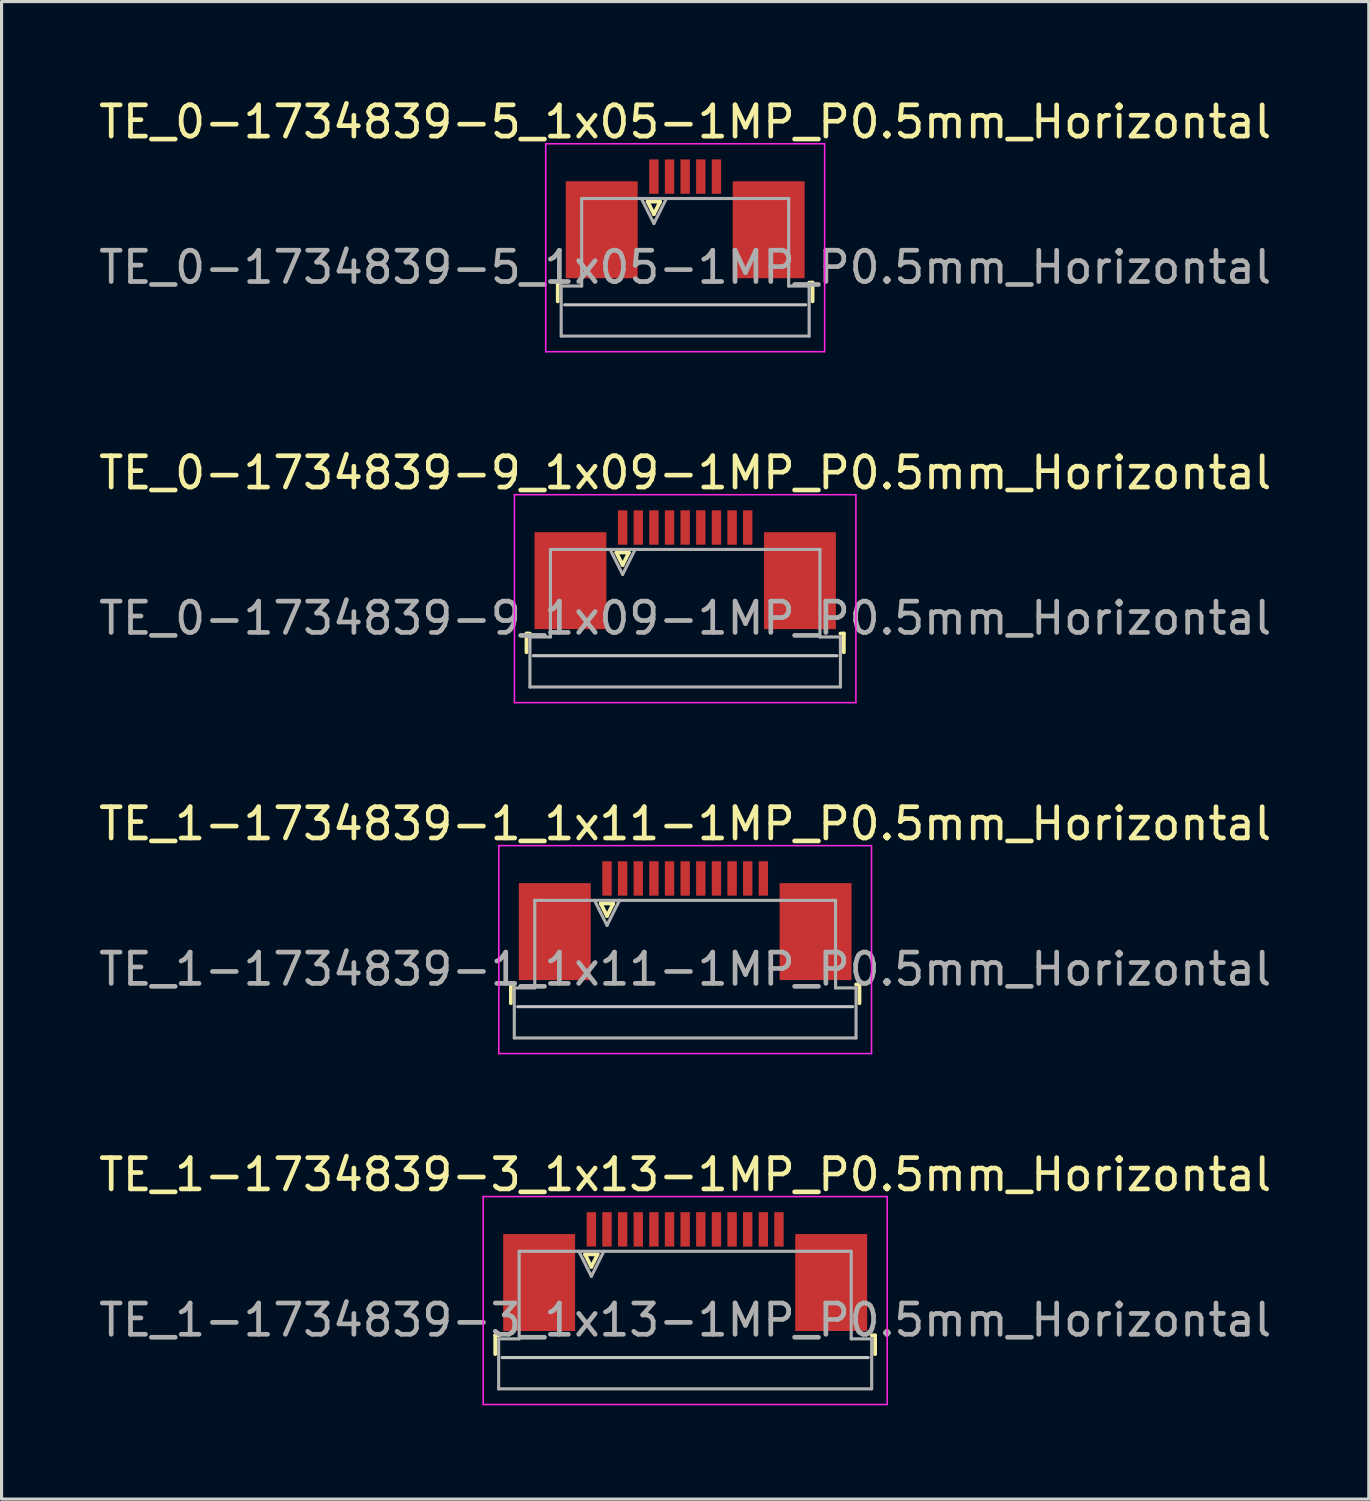
<source format=kicad_pcb>
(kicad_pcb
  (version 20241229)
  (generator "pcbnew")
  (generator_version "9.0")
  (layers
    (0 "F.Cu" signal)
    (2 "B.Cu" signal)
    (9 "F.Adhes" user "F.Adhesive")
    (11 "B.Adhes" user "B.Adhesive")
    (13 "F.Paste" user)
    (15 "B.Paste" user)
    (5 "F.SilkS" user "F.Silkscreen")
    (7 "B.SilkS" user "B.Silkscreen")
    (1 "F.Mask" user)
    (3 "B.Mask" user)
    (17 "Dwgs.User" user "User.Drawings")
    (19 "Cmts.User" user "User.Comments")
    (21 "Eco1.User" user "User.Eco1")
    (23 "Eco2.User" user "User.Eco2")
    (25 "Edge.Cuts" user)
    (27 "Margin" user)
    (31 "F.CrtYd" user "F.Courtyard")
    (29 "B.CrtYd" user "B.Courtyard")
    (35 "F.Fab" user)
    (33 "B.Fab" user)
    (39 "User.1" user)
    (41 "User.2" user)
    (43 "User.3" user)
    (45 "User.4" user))
  (footprint "TE_1-1734839-1_1x11-1MP_P0.5mm_Horizontal"
    (layer "F.Cu")
    (at 18.863 26.395)
    (property "Reference" "TE_1-1734839-1_1x11-1MP_P0.5mm_Horizontal" (at 0 -3.1 0) (layer "F.SilkS") (effects (font (size 1 1) (thickness 0.15))))
    (attr smd)
    (fp_line (start -5.575 2.04) (end -5.575 2.64) (stroke (width 0.12) (type solid)) (layer "F.SilkS"))
    (fp_line (start -5.465 2.04) (end -5.575 2.04) (stroke (width 0.12) (type solid)) (layer "F.SilkS"))
    (fp_line (start -2.7 -0.55) (end -2.5 -0.15) (stroke (width 0.12) (type solid)) (layer "F.SilkS"))
    (fp_line (start -2.5 -0.15) (end -2.3 -0.55) (stroke (width 0.12) (type solid)) (layer "F.SilkS"))
    (fp_line (start -2.3 -0.55) (end -2.7 -0.55) (stroke (width 0.12) (type solid)) (layer "F.SilkS"))
    (fp_line (start 5.465 2.04) (end 5.575 2.04) (stroke (width 0.12) (type solid)) (layer "F.SilkS"))
    (fp_line (start 5.575 2.04) (end 5.575 2.64) (stroke (width 0.12) (type solid)) (layer "F.SilkS"))
    (fp_line (start 5.355 2.75) (end -5.355 2.75) (stroke (width 0.1) (type solid)) (layer "Dwgs.User"))
    (fp_line (start -5.96 -2.4) (end -5.96 4.25) (stroke (width 0.05) (type solid)) (layer "F.CrtYd"))
    (fp_line (start -5.96 4.25) (end 5.96 4.25) (stroke (width 0.05) (type solid)) (layer "F.CrtYd"))
    (fp_line (start 5.96 -2.4) (end -5.96 -2.4) (stroke (width 0.05) (type solid)) (layer "F.CrtYd"))
    (fp_line (start 5.96 4.25) (end 5.96 -2.4) (stroke (width 0.05) (type solid)) (layer "F.CrtYd"))
    (fp_line (start -5.465 2.15) (end -4.81 2.15) (stroke (width 0.1) (type solid)) (layer "F.Fab"))
    (fp_line (start -5.465 3.75) (end -5.465 2.15) (stroke (width 0.1) (type solid)) (layer "F.Fab"))
    (fp_line (start -4.81 -0.65) (end 4.81 -0.65) (stroke (width 0.1) (type solid)) (layer "F.Fab"))
    (fp_line (start -4.81 2.15) (end -4.81 -0.65) (stroke (width 0.1) (type solid)) (layer "F.Fab"))
    (fp_line (start -2.9 -0.65) (end -2.5 0.15) (stroke (width 0.1) (type solid)) (layer "F.Fab"))
    (fp_line (start -2.5 0.15) (end -2.1 -0.65) (stroke (width 0.1) (type solid)) (layer "F.Fab"))
    (fp_line (start 4.81 -0.65) (end 4.81 2.15) (stroke (width 0.1) (type solid)) (layer "F.Fab"))
    (fp_line (start 4.81 2.15) (end 5.465 2.15) (stroke (width 0.1) (type solid)) (layer "F.Fab"))
    (fp_line (start 5.465 2.15) (end 5.465 3.75) (stroke (width 0.1) (type solid)) (layer "F.Fab"))
    (fp_line (start 5.465 3.75) (end -5.465 3.75) (stroke (width 0.1) (type solid)) (layer "F.Fab"))
    (fp_text user "${REFERENCE}" (at 0 1.55 0) (layer "F.Fab") (effects (font (size 1 1) (thickness 0.15))))
    (pad "1" smd rect (at -2.5 -1.35) (size 0.3 1.1) (layers "F.Cu" "F.Mask" "F.Paste"))
    (pad "2" smd rect (at -2 -1.35) (size 0.3 1.1) (layers "F.Cu" "F.Mask" "F.Paste"))
    (pad "3" smd rect (at -1.5 -1.35) (size 0.3 1.1) (layers "F.Cu" "F.Mask" "F.Paste"))
    (pad "4" smd rect (at -1 -1.35) (size 0.3 1.1) (layers "F.Cu" "F.Mask" "F.Paste"))
    (pad "5" smd rect (at -0.5 -1.35) (size 0.3 1.1) (layers "F.Cu" "F.Mask" "F.Paste"))
    (pad "6" smd rect (at 0 -1.35) (size 0.3 1.1) (layers "F.Cu" "F.Mask" "F.Paste"))
    (pad "7" smd rect (at 0.5 -1.35) (size 0.3 1.1) (layers "F.Cu" "F.Mask" "F.Paste"))
    (pad "8" smd rect (at 1 -1.35) (size 0.3 1.1) (layers "F.Cu" "F.Mask" "F.Paste"))
    (pad "9" smd rect (at 1.5 -1.35) (size 0.3 1.1) (layers "F.Cu" "F.Mask" "F.Paste"))
    (pad "10" smd rect (at 2 -1.35) (size 0.3 1.1) (layers "F.Cu" "F.Mask" "F.Paste"))
    (pad "11" smd rect (at 2.5 -1.35) (size 0.3 1.1) (layers "F.Cu" "F.Mask" "F.Paste"))
    (pad "MP" smd rect (at -4.17 0.35) (size 2.3 3.1) (layers "F.Cu" "F.Mask" "F.Paste"))
    (pad "MP" smd rect (at 4.17 0.35) (size 2.3 3.1) (layers "F.Cu" "F.Mask" "F.Paste")))
  (footprint "TE_0-1734839-5_1x05-1MP_P0.5mm_Horizontal"
    (layer "F.Cu")
    (at 18.863 3.948)
    (property "Reference" "TE_0-1734839-5_1x05-1MP_P0.5mm_Horizontal" (at 0 -3.1 0) (layer "F.SilkS") (effects (font (size 1 1) (thickness 0.15))))
    (attr smd)
    (fp_line (start -4.075 2.04) (end -4.075 2.64) (stroke (width 0.12) (type solid)) (layer "F.SilkS"))
    (fp_line (start -3.965 2.04) (end -4.075 2.04) (stroke (width 0.12) (type solid)) (layer "F.SilkS"))
    (fp_line (start -1.2 -0.55) (end -1 -0.15) (stroke (width 0.12) (type solid)) (layer "F.SilkS"))
    (fp_line (start -1 -0.15) (end -0.8 -0.55) (stroke (width 0.12) (type solid)) (layer "F.SilkS"))
    (fp_line (start -0.8 -0.55) (end -1.2 -0.55) (stroke (width 0.12) (type solid)) (layer "F.SilkS"))
    (fp_line (start 3.965 2.04) (end 4.075 2.04) (stroke (width 0.12) (type solid)) (layer "F.SilkS"))
    (fp_line (start 4.075 2.04) (end 4.075 2.64) (stroke (width 0.12) (type solid)) (layer "F.SilkS"))
    (fp_line (start 3.855 2.75) (end -3.855 2.75) (stroke (width 0.1) (type solid)) (layer "Dwgs.User"))
    (fp_line (start -4.46 -2.4) (end -4.46 4.25) (stroke (width 0.05) (type solid)) (layer "F.CrtYd"))
    (fp_line (start -4.46 4.25) (end 4.46 4.25) (stroke (width 0.05) (type solid)) (layer "F.CrtYd"))
    (fp_line (start 4.46 -2.4) (end -4.46 -2.4) (stroke (width 0.05) (type solid)) (layer "F.CrtYd"))
    (fp_line (start 4.46 4.25) (end 4.46 -2.4) (stroke (width 0.05) (type solid)) (layer "F.CrtYd"))
    (fp_line (start -3.965 2.15) (end -3.31 2.15) (stroke (width 0.1) (type solid)) (layer "F.Fab"))
    (fp_line (start -3.965 3.75) (end -3.965 2.15) (stroke (width 0.1) (type solid)) (layer "F.Fab"))
    (fp_line (start -3.31 -0.65) (end 3.31 -0.65) (stroke (width 0.1) (type solid)) (layer "F.Fab"))
    (fp_line (start -3.31 2.15) (end -3.31 -0.65) (stroke (width 0.1) (type solid)) (layer "F.Fab"))
    (fp_line (start -1.4 -0.65) (end -1 0.15) (stroke (width 0.1) (type solid)) (layer "F.Fab"))
    (fp_line (start -1 0.15) (end -0.6 -0.65) (stroke (width 0.1) (type solid)) (layer "F.Fab"))
    (fp_line (start 3.31 -0.65) (end 3.31 2.15) (stroke (width 0.1) (type solid)) (layer "F.Fab"))
    (fp_line (start 3.31 2.15) (end 3.965 2.15) (stroke (width 0.1) (type solid)) (layer "F.Fab"))
    (fp_line (start 3.965 2.15) (end 3.965 3.75) (stroke (width 0.1) (type solid)) (layer "F.Fab"))
    (fp_line (start 3.965 3.75) (end -3.965 3.75) (stroke (width 0.1) (type solid)) (layer "F.Fab"))
    (fp_text user "${REFERENCE}" (at 0 1.55 0) (layer "F.Fab") (effects (font (size 1 1) (thickness 0.15))))
    (pad "1" smd rect (at -1 -1.35) (size 0.3 1.1) (layers "F.Cu" "F.Mask" "F.Paste"))
    (pad "2" smd rect (at -0.5 -1.35) (size 0.3 1.1) (layers "F.Cu" "F.Mask" "F.Paste"))
    (pad "3" smd rect (at 0 -1.35) (size 0.3 1.1) (layers "F.Cu" "F.Mask" "F.Paste"))
    (pad "4" smd rect (at 0.5 -1.35) (size 0.3 1.1) (layers "F.Cu" "F.Mask" "F.Paste"))
    (pad "5" smd rect (at 1 -1.35) (size 0.3 1.1) (layers "F.Cu" "F.Mask" "F.Paste"))
    (pad "MP" smd rect (at -2.67 0.35) (size 2.3 3.1) (layers "F.Cu" "F.Mask" "F.Paste"))
    (pad "MP" smd rect (at 2.67 0.35) (size 2.3 3.1) (layers "F.Cu" "F.Mask" "F.Paste")))
  (footprint "TE_1-1734839-3_1x13-1MP_P0.5mm_Horizontal"
    (layer "F.Cu")
    (at 18.863 37.618)
    (property "Reference" "TE_1-1734839-3_1x13-1MP_P0.5mm_Horizontal" (at 0 -3.1 0) (layer "F.SilkS") (effects (font (size 1 1) (thickness 0.15))))
    (attr smd)
    (fp_line (start -6.075 2.04) (end -6.075 2.64) (stroke (width 0.12) (type solid)) (layer "F.SilkS"))
    (fp_line (start -5.965 2.04) (end -6.075 2.04) (stroke (width 0.12) (type solid)) (layer "F.SilkS"))
    (fp_line (start -3.2 -0.55) (end -3 -0.15) (stroke (width 0.12) (type solid)) (layer "F.SilkS"))
    (fp_line (start -3 -0.15) (end -2.8 -0.55) (stroke (width 0.12) (type solid)) (layer "F.SilkS"))
    (fp_line (start -2.8 -0.55) (end -3.2 -0.55) (stroke (width 0.12) (type solid)) (layer "F.SilkS"))
    (fp_line (start 5.965 2.04) (end 6.075 2.04) (stroke (width 0.12) (type solid)) (layer "F.SilkS"))
    (fp_line (start 6.075 2.04) (end 6.075 2.64) (stroke (width 0.12) (type solid)) (layer "F.SilkS"))
    (fp_line (start 5.855 2.75) (end -5.855 2.75) (stroke (width 0.1) (type solid)) (layer "Dwgs.User"))
    (fp_line (start -6.46 -2.4) (end -6.46 4.25) (stroke (width 0.05) (type solid)) (layer "F.CrtYd"))
    (fp_line (start -6.46 4.25) (end 6.46 4.25) (stroke (width 0.05) (type solid)) (layer "F.CrtYd"))
    (fp_line (start 6.46 -2.4) (end -6.46 -2.4) (stroke (width 0.05) (type solid)) (layer "F.CrtYd"))
    (fp_line (start 6.46 4.25) (end 6.46 -2.4) (stroke (width 0.05) (type solid)) (layer "F.CrtYd"))
    (fp_line (start -5.965 2.15) (end -5.31 2.15) (stroke (width 0.1) (type solid)) (layer "F.Fab"))
    (fp_line (start -5.965 3.75) (end -5.965 2.15) (stroke (width 0.1) (type solid)) (layer "F.Fab"))
    (fp_line (start -5.31 -0.65) (end 5.31 -0.65) (stroke (width 0.1) (type solid)) (layer "F.Fab"))
    (fp_line (start -5.31 2.15) (end -5.31 -0.65) (stroke (width 0.1) (type solid)) (layer "F.Fab"))
    (fp_line (start -3.4 -0.65) (end -3 0.15) (stroke (width 0.1) (type solid)) (layer "F.Fab"))
    (fp_line (start -3 0.15) (end -2.6 -0.65) (stroke (width 0.1) (type solid)) (layer "F.Fab"))
    (fp_line (start 5.31 -0.65) (end 5.31 2.15) (stroke (width 0.1) (type solid)) (layer "F.Fab"))
    (fp_line (start 5.31 2.15) (end 5.965 2.15) (stroke (width 0.1) (type solid)) (layer "F.Fab"))
    (fp_line (start 5.965 2.15) (end 5.965 3.75) (stroke (width 0.1) (type solid)) (layer "F.Fab"))
    (fp_line (start 5.965 3.75) (end -5.965 3.75) (stroke (width 0.1) (type solid)) (layer "F.Fab"))
    (fp_text user "${REFERENCE}" (at 0 1.55 0) (layer "F.Fab") (effects (font (size 1 1) (thickness 0.15))))
    (pad "1" smd rect (at -3 -1.35) (size 0.3 1.1) (layers "F.Cu" "F.Mask" "F.Paste"))
    (pad "2" smd rect (at -2.5 -1.35) (size 0.3 1.1) (layers "F.Cu" "F.Mask" "F.Paste"))
    (pad "3" smd rect (at -2 -1.35) (size 0.3 1.1) (layers "F.Cu" "F.Mask" "F.Paste"))
    (pad "4" smd rect (at -1.5 -1.35) (size 0.3 1.1) (layers "F.Cu" "F.Mask" "F.Paste"))
    (pad "5" smd rect (at -1 -1.35) (size 0.3 1.1) (layers "F.Cu" "F.Mask" "F.Paste"))
    (pad "6" smd rect (at -0.5 -1.35) (size 0.3 1.1) (layers "F.Cu" "F.Mask" "F.Paste"))
    (pad "7" smd rect (at 0 -1.35) (size 0.3 1.1) (layers "F.Cu" "F.Mask" "F.Paste"))
    (pad "8" smd rect (at 0.5 -1.35) (size 0.3 1.1) (layers "F.Cu" "F.Mask" "F.Paste"))
    (pad "9" smd rect (at 1 -1.35) (size 0.3 1.1) (layers "F.Cu" "F.Mask" "F.Paste"))
    (pad "10" smd rect (at 1.5 -1.35) (size 0.3 1.1) (layers "F.Cu" "F.Mask" "F.Paste"))
    (pad "11" smd rect (at 2 -1.35) (size 0.3 1.1) (layers "F.Cu" "F.Mask" "F.Paste"))
    (pad "12" smd rect (at 2.5 -1.35) (size 0.3 1.1) (layers "F.Cu" "F.Mask" "F.Paste"))
    (pad "13" smd rect (at 3 -1.35) (size 0.3 1.1) (layers "F.Cu" "F.Mask" "F.Paste"))
    (pad "MP" smd rect (at -4.67 0.35) (size 2.3 3.1) (layers "F.Cu" "F.Mask" "F.Paste"))
    (pad "MP" smd rect (at 4.67 0.35) (size 2.3 3.1) (layers "F.Cu" "F.Mask" "F.Paste")))
  (footprint "TE_0-1734839-9_1x09-1MP_P0.5mm_Horizontal"
    (layer "F.Cu")
    (at 18.863 15.171)
    (property "Reference" "TE_0-1734839-9_1x09-1MP_P0.5mm_Horizontal" (at 0 -3.1 0) (layer "F.SilkS") (effects (font (size 1 1) (thickness 0.15))))
    (attr smd)
    (fp_line (start -5.075 2.04) (end -5.075 2.64) (stroke (width 0.12) (type solid)) (layer "F.SilkS"))
    (fp_line (start -4.965 2.04) (end -5.075 2.04) (stroke (width 0.12) (type solid)) (layer "F.SilkS"))
    (fp_line (start -2.2 -0.55) (end -2 -0.15) (stroke (width 0.12) (type solid)) (layer "F.SilkS"))
    (fp_line (start -2 -0.15) (end -1.8 -0.55) (stroke (width 0.12) (type solid)) (layer "F.SilkS"))
    (fp_line (start -1.8 -0.55) (end -2.2 -0.55) (stroke (width 0.12) (type solid)) (layer "F.SilkS"))
    (fp_line (start 4.965 2.04) (end 5.075 2.04) (stroke (width 0.12) (type solid)) (layer "F.SilkS"))
    (fp_line (start 5.075 2.04) (end 5.075 2.64) (stroke (width 0.12) (type solid)) (layer "F.SilkS"))
    (fp_line (start 4.855 2.75) (end -4.855 2.75) (stroke (width 0.1) (type solid)) (layer "Dwgs.User"))
    (fp_line (start -5.46 -2.4) (end -5.46 4.25) (stroke (width 0.05) (type solid)) (layer "F.CrtYd"))
    (fp_line (start -5.46 4.25) (end 5.46 4.25) (stroke (width 0.05) (type solid)) (layer "F.CrtYd"))
    (fp_line (start 5.46 -2.4) (end -5.46 -2.4) (stroke (width 0.05) (type solid)) (layer "F.CrtYd"))
    (fp_line (start 5.46 4.25) (end 5.46 -2.4) (stroke (width 0.05) (type solid)) (layer "F.CrtYd"))
    (fp_line (start -4.965 2.15) (end -4.31 2.15) (stroke (width 0.1) (type solid)) (layer "F.Fab"))
    (fp_line (start -4.965 3.75) (end -4.965 2.15) (stroke (width 0.1) (type solid)) (layer "F.Fab"))
    (fp_line (start -4.31 -0.65) (end 4.31 -0.65) (stroke (width 0.1) (type solid)) (layer "F.Fab"))
    (fp_line (start -4.31 2.15) (end -4.31 -0.65) (stroke (width 0.1) (type solid)) (layer "F.Fab"))
    (fp_line (start -2.4 -0.65) (end -2 0.15) (stroke (width 0.1) (type solid)) (layer "F.Fab"))
    (fp_line (start -2 0.15) (end -1.6 -0.65) (stroke (width 0.1) (type solid)) (layer "F.Fab"))
    (fp_line (start 4.31 -0.65) (end 4.31 2.15) (stroke (width 0.1) (type solid)) (layer "F.Fab"))
    (fp_line (start 4.31 2.15) (end 4.965 2.15) (stroke (width 0.1) (type solid)) (layer "F.Fab"))
    (fp_line (start 4.965 2.15) (end 4.965 3.75) (stroke (width 0.1) (type solid)) (layer "F.Fab"))
    (fp_line (start 4.965 3.75) (end -4.965 3.75) (stroke (width 0.1) (type solid)) (layer "F.Fab"))
    (fp_text user "${REFERENCE}" (at 0 1.55 0) (layer "F.Fab") (effects (font (size 1 1) (thickness 0.15))))
    (pad "1" smd rect (at -2 -1.35) (size 0.3 1.1) (layers "F.Cu" "F.Mask" "F.Paste"))
    (pad "2" smd rect (at -1.5 -1.35) (size 0.3 1.1) (layers "F.Cu" "F.Mask" "F.Paste"))
    (pad "3" smd rect (at -1 -1.35) (size 0.3 1.1) (layers "F.Cu" "F.Mask" "F.Paste"))
    (pad "4" smd rect (at -0.5 -1.35) (size 0.3 1.1) (layers "F.Cu" "F.Mask" "F.Paste"))
    (pad "5" smd rect (at 0 -1.35) (size 0.3 1.1) (layers "F.Cu" "F.Mask" "F.Paste"))
    (pad "6" smd rect (at 0.5 -1.35) (size 0.3 1.1) (layers "F.Cu" "F.Mask" "F.Paste"))
    (pad "7" smd rect (at 1 -1.35) (size 0.3 1.1) (layers "F.Cu" "F.Mask" "F.Paste"))
    (pad "8" smd rect (at 1.5 -1.35) (size 0.3 1.1) (layers "F.Cu" "F.Mask" "F.Paste"))
    (pad "9" smd rect (at 2 -1.35) (size 0.3 1.1) (layers "F.Cu" "F.Mask" "F.Paste"))
    (pad "MP" smd rect (at -3.67 0.35) (size 2.3 3.1) (layers "F.Cu" "F.Mask" "F.Paste"))
    (pad "MP" smd rect (at 3.67 0.35) (size 2.3 3.1) (layers "F.Cu" "F.Mask" "F.Paste")))
  (gr_rect
    (start -3 -3)
    (end 40.726 44.893)
    (stroke (width 0.1) (type default))
    (fill no)
    (layer "Edge.Cuts")))
</source>
